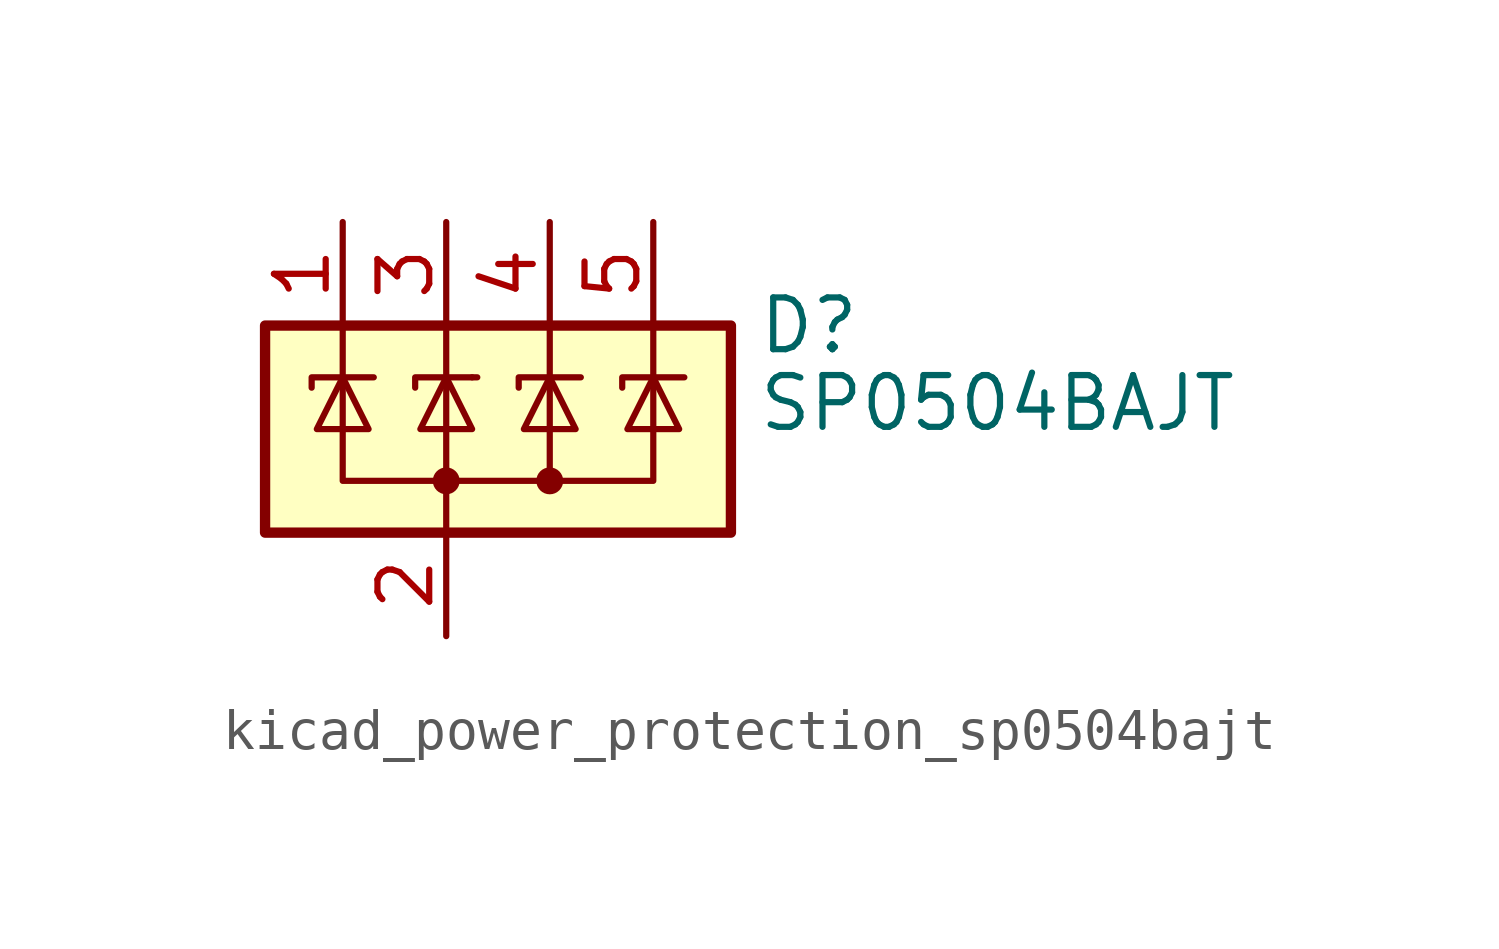
<source format=kicad_sym>
(kicad_symbol_lib
  (version 20220914)
  (generator kicad_symbol_editor)
  (symbol "kicad_power_protection_sp0504bajt"
    (pin_names hide)
    (property "Reference" "D"
      (at 7.62 2.54 0)
      (effects (font (size 1.27 1.27)) (justify left)))
    (property "Value" "SP0504BAJT"
      (at 7.62 0.635 0)
      (effects (font (size 1.27 1.27)) (justify left)))
    (symbol "kicad_power_protection_sp0504bajt_0_0"
      (pin passive line (at 0 -5.08 90) (length 2.54) (name "A" (effects (font (size 1.27 1.27)))) (number "2" (effects (font (size 1.27 1.27))))))
    (symbol "kicad_power_protection_sp0504bajt_0_1"
      (rectangle (start -4.445 2.54) (end 6.985 -2.54) (stroke (width 0.254) (type default)) (fill (type background)))
      (circle (center 0 -1.27) (radius 0.254) (stroke (width 0) (type default)) (fill (type outline)))
      (polyline (pts (xy -2.54 2.54) (xy -2.54 1.27)) (stroke (width 0) (type default)) (fill (type none)))
      (polyline (pts (xy 0 -1.27) (xy 0 -2.54)) (stroke (width 0) (type default)) (fill (type none)))
      (polyline (pts (xy 0 -1.27) (xy 0 1.27)) (stroke (width 0) (type default)) (fill (type none)))
      (polyline (pts (xy 0 2.54) (xy 0 1.27)) (stroke (width 0) (type default)) (fill (type none)))
      (polyline (pts (xy 0.635 1.27) (xy 0.762 1.27)) (stroke (width 0) (type default)) (fill (type none)))
      (polyline (pts (xy 2.54 2.54) (xy 2.54 1.27)) (stroke (width 0) (type default)) (fill (type none)))
      (polyline (pts (xy 5.08 2.54) (xy 5.08 1.27)) (stroke (width 0) (type default)) (fill (type none)))
      (polyline (pts (xy 0.635 1.27) (xy -0.762 1.27) (xy -0.762 1.016)) (stroke (width 0) (type default)) (fill (type none)))
      (polyline (pts (xy 5.08 1.27) (xy 5.08 -1.27) (xy 2.54 -1.27)) (stroke (width 0) (type default)) (fill (type none)))
      (polyline (pts (xy -3.302 1.016) (xy -3.302 1.27) (xy -1.905 1.27) (xy -1.778 1.27)) (stroke (width 0) (type default)) (fill (type none)))
      (polyline (pts (xy -2.54 1.27) (xy -2.54 -1.27) (xy 2.54 -1.27) (xy 2.54 1.27)) (stroke (width 0) (type default)) (fill (type none)))
      (polyline (pts (xy -2.54 1.27) (xy -1.905 0) (xy -3.175 0) (xy -2.54 1.27)) (stroke (width 0) (type default)) (fill (type none)))
      (polyline (pts (xy 0.635 0) (xy -0.635 0) (xy 0 1.27) (xy 0.635 0)) (stroke (width 0) (type default)) (fill (type none)))
      (polyline (pts (xy 1.778 1.016) (xy 1.778 1.27) (xy 3.175 1.27) (xy 3.302 1.27)) (stroke (width 0) (type default)) (fill (type none)))
      (polyline (pts (xy 2.54 1.27) (xy 1.905 0) (xy 3.175 0) (xy 2.54 1.27)) (stroke (width 0) (type default)) (fill (type none)))
      (polyline (pts (xy 4.318 1.016) (xy 4.318 1.27) (xy 5.715 1.27) (xy 5.842 1.27)) (stroke (width 0) (type default)) (fill (type none)))
      (polyline (pts (xy 5.08 1.27) (xy 4.445 0) (xy 5.715 0) (xy 5.08 1.27)) (stroke (width 0) (type default)) (fill (type none)))
      (circle (center 2.54 -1.27) (radius 0.254) (stroke (width 0) (type default)) (fill (type outline))))
    (symbol "kicad_power_protection_sp0504bajt_1_1"
      (pin passive line (at -2.54 5.08 270) (length 2.54) (name "K" (effects (font (size 1.27 1.27)))) (number "1" (effects (font (size 1.27 1.27)))))
      (pin passive line (at 0 5.08 270) (length 2.54) (name "K" (effects (font (size 1.27 1.27)))) (number "3" (effects (font (size 1.27 1.27)))))
      (pin passive line (at 2.54 5.08 270) (length 2.54) (name "K" (effects (font (size 1.27 1.27)))) (number "4" (effects (font (size 1.27 1.27)))))
      (pin passive line (at 5.08 5.08 270) (length 2.54) (name "K" (effects (font (size 1.27 1.27)))) (number "5" (effects (font (size 1.27 1.27))))))))
</source>
